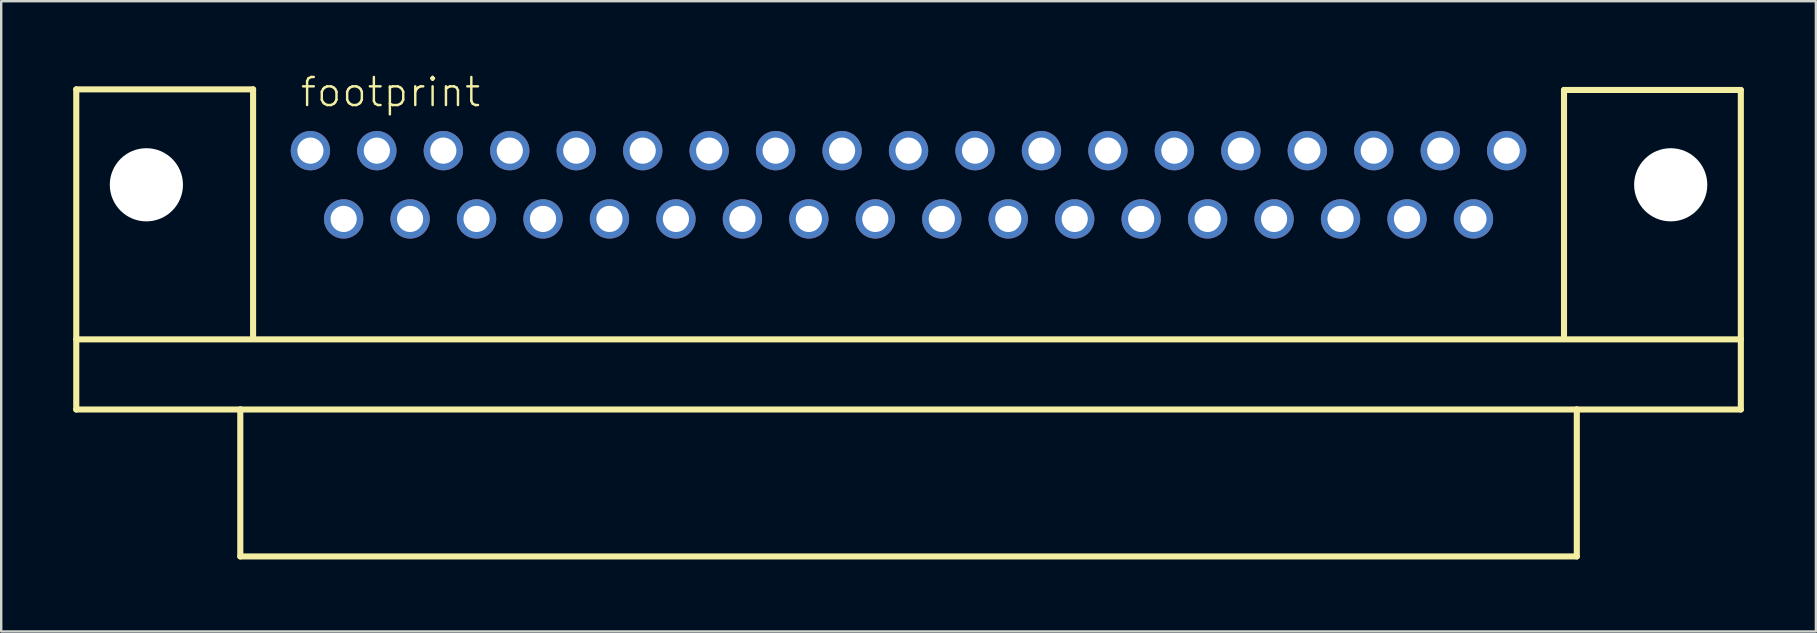
<source format=kicad_pcb>
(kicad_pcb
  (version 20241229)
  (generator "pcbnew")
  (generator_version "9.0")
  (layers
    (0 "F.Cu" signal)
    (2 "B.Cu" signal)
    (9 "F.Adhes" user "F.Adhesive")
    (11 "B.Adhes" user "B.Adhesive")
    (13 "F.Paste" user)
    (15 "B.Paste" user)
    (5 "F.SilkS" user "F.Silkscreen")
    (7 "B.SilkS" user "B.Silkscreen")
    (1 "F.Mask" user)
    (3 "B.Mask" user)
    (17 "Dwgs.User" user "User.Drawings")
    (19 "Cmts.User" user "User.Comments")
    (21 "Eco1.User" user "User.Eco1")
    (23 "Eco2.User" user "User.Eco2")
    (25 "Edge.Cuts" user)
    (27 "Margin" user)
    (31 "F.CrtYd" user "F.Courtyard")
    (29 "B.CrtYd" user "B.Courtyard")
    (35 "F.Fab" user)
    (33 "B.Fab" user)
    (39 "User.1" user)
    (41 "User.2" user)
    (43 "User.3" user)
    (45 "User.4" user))
  (footprint "footprint"
    (layer "F.Cu")
    (at 34.798 4.648)
    (property "Reference" "footprint" (at -25.4 -3.175 0) (layer "F.SilkS") (effects (font (size 1.168 1.168) (thickness 0.102)) (justify left bottom)))
    (fp_line (start -34.671 -3.975) (end -27.305 -3.975) (stroke (width 0.254) (type solid)) (layer "F.SilkS"))
    (fp_line (start -34.671 6.439) (end 34.671 6.439) (stroke (width 0.254) (type solid)) (layer "F.SilkS"))
    (fp_line (start -34.671 9.36) (end -34.671 -3.975) (stroke (width 0.254) (type solid)) (layer "F.SilkS"))
    (fp_line (start -27.838 9.36) (end -34.671 9.36) (stroke (width 0.254) (type solid)) (layer "F.SilkS"))
    (fp_line (start -27.838 9.36) (end 27.838 9.36) (stroke (width 0.254) (type solid)) (layer "F.SilkS"))
    (fp_line (start -27.838 15.481) (end -27.838 9.36) (stroke (width 0.254) (type solid)) (layer "F.SilkS"))
    (fp_line (start -27.305 -3.975) (end -27.305 6.299) (stroke (width 0.254) (type solid)) (layer "F.SilkS"))
    (fp_line (start 27.305 -3.95) (end 27.305 6.299) (stroke (width 0.254) (type solid)) (layer "F.SilkS"))
    (fp_line (start 27.838 9.36) (end 27.838 15.481) (stroke (width 0.254) (type solid)) (layer "F.SilkS"))
    (fp_line (start 27.838 15.481) (end -27.838 15.481) (stroke (width 0.254) (type solid)) (layer "F.SilkS"))
    (fp_line (start 34.671 -3.95) (end 27.305 -3.95) (stroke (width 0.254) (type solid)) (layer "F.SilkS"))
    (fp_line (start 34.671 -3.95) (end 34.671 9.36) (stroke (width 0.254) (type solid)) (layer "F.SilkS"))
    (fp_line (start 34.671 9.36) (end 27.838 9.36) (stroke (width 0.254) (type solid)) (layer "F.SilkS"))
    (pad "" np_thru_hole circle (at -31.75 0) (size 3.048 3.048) (drill 3.048) (layers "*.Cu" "*.Mask"))
    (pad "" np_thru_hole circle (at 31.75 0) (size 3.048 3.048) (drill 3.048) (layers "*.Cu" "*.Mask"))
    (pad "1" thru_hole circle (at -24.917 -1.422) (size 1.638 1.638) (drill 1.092) (layers "*.Cu" "*.Mask"))
    (pad "2" thru_hole circle (at -22.149 -1.422) (size 1.638 1.638) (drill 1.092) (layers "*.Cu" "*.Mask"))
    (pad "3" thru_hole circle (at -19.38 -1.422) (size 1.638 1.638) (drill 1.092) (layers "*.Cu" "*.Mask"))
    (pad "4" thru_hole circle (at -16.612 -1.422) (size 1.638 1.638) (drill 1.092) (layers "*.Cu" "*.Mask"))
    (pad "5" thru_hole circle (at -13.843 -1.422) (size 1.638 1.638) (drill 1.092) (layers "*.Cu" "*.Mask"))
    (pad "6" thru_hole circle (at -11.074 -1.422) (size 1.638 1.638) (drill 1.092) (layers "*.Cu" "*.Mask"))
    (pad "7" thru_hole circle (at -8.306 -1.422) (size 1.638 1.638) (drill 1.092) (layers "*.Cu" "*.Mask"))
    (pad "8" thru_hole circle (at -5.537 -1.422) (size 1.638 1.638) (drill 1.092) (layers "*.Cu" "*.Mask"))
    (pad "9" thru_hole circle (at -2.769 -1.422) (size 1.638 1.638) (drill 1.092) (layers "*.Cu" "*.Mask"))
    (pad "10" thru_hole circle (at 0 -1.422) (size 1.638 1.638) (drill 1.092) (layers "*.Cu" "*.Mask"))
    (pad "11" thru_hole circle (at 2.769 -1.422) (size 1.638 1.638) (drill 1.092) (layers "*.Cu" "*.Mask"))
    (pad "12" thru_hole circle (at 5.537 -1.422) (size 1.638 1.638) (drill 1.092) (layers "*.Cu" "*.Mask"))
    (pad "13" thru_hole circle (at 8.306 -1.422) (size 1.638 1.638) (drill 1.092) (layers "*.Cu" "*.Mask"))
    (pad "14" thru_hole circle (at 11.074 -1.422) (size 1.638 1.638) (drill 1.092) (layers "*.Cu" "*.Mask"))
    (pad "15" thru_hole circle (at 13.843 -1.422) (size 1.638 1.638) (drill 1.092) (layers "*.Cu" "*.Mask"))
    (pad "16" thru_hole circle (at 16.612 -1.422) (size 1.638 1.638) (drill 1.092) (layers "*.Cu" "*.Mask"))
    (pad "17" thru_hole circle (at 19.38 -1.422) (size 1.638 1.638) (drill 1.092) (layers "*.Cu" "*.Mask"))
    (pad "18" thru_hole circle (at 22.149 -1.422) (size 1.638 1.638) (drill 1.092) (layers "*.Cu" "*.Mask"))
    (pad "19" thru_hole circle (at 24.917 -1.422) (size 1.638 1.638) (drill 1.092) (layers "*.Cu" "*.Mask"))
    (pad "20" thru_hole circle (at -23.533 1.422) (size 1.638 1.638) (drill 1.092) (layers "*.Cu" "*.Mask"))
    (pad "21" thru_hole circle (at -20.765 1.422) (size 1.638 1.638) (drill 1.092) (layers "*.Cu" "*.Mask"))
    (pad "22" thru_hole circle (at -17.996 1.422) (size 1.638 1.638) (drill 1.092) (layers "*.Cu" "*.Mask"))
    (pad "23" thru_hole circle (at -15.227 1.422) (size 1.638 1.638) (drill 1.092) (layers "*.Cu" "*.Mask"))
    (pad "24" thru_hole circle (at -12.459 1.422) (size 1.638 1.638) (drill 1.092) (layers "*.Cu" "*.Mask"))
    (pad "25" thru_hole circle (at -9.69 1.422) (size 1.638 1.638) (drill 1.092) (layers "*.Cu" "*.Mask"))
    (pad "26" thru_hole circle (at -6.921 1.422) (size 1.638 1.638) (drill 1.092) (layers "*.Cu" "*.Mask"))
    (pad "27" thru_hole circle (at -4.153 1.422) (size 1.638 1.638) (drill 1.092) (layers "*.Cu" "*.Mask"))
    (pad "28" thru_hole circle (at -1.384 1.422) (size 1.638 1.638) (drill 1.092) (layers "*.Cu" "*.Mask"))
    (pad "29" thru_hole circle (at 1.384 1.422) (size 1.638 1.638) (drill 1.092) (layers "*.Cu" "*.Mask"))
    (pad "30" thru_hole circle (at 4.153 1.422) (size 1.638 1.638) (drill 1.092) (layers "*.Cu" "*.Mask"))
    (pad "31" thru_hole circle (at 6.921 1.422) (size 1.638 1.638) (drill 1.092) (layers "*.Cu" "*.Mask"))
    (pad "32" thru_hole circle (at 9.69 1.422) (size 1.638 1.638) (drill 1.092) (layers "*.Cu" "*.Mask"))
    (pad "33" thru_hole circle (at 12.459 1.422) (size 1.638 1.638) (drill 1.092) (layers "*.Cu" "*.Mask"))
    (pad "34" thru_hole circle (at 15.227 1.422) (size 1.638 1.638) (drill 1.092) (layers "*.Cu" "*.Mask"))
    (pad "35" thru_hole circle (at 17.996 1.422) (size 1.638 1.638) (drill 1.092) (layers "*.Cu" "*.Mask"))
    (pad "36" thru_hole circle (at 20.765 1.422) (size 1.638 1.638) (drill 1.092) (layers "*.Cu" "*.Mask"))
    (pad "37" thru_hole circle (at 23.533 1.422) (size 1.638 1.638) (drill 1.092) (layers "*.Cu" "*.Mask")))
  (gr_rect
    (start -3 -3)
    (end 72.596 23.256)
    (stroke (width 0.1) (type default))
    (fill no)
    (layer "Edge.Cuts")))
</source>
